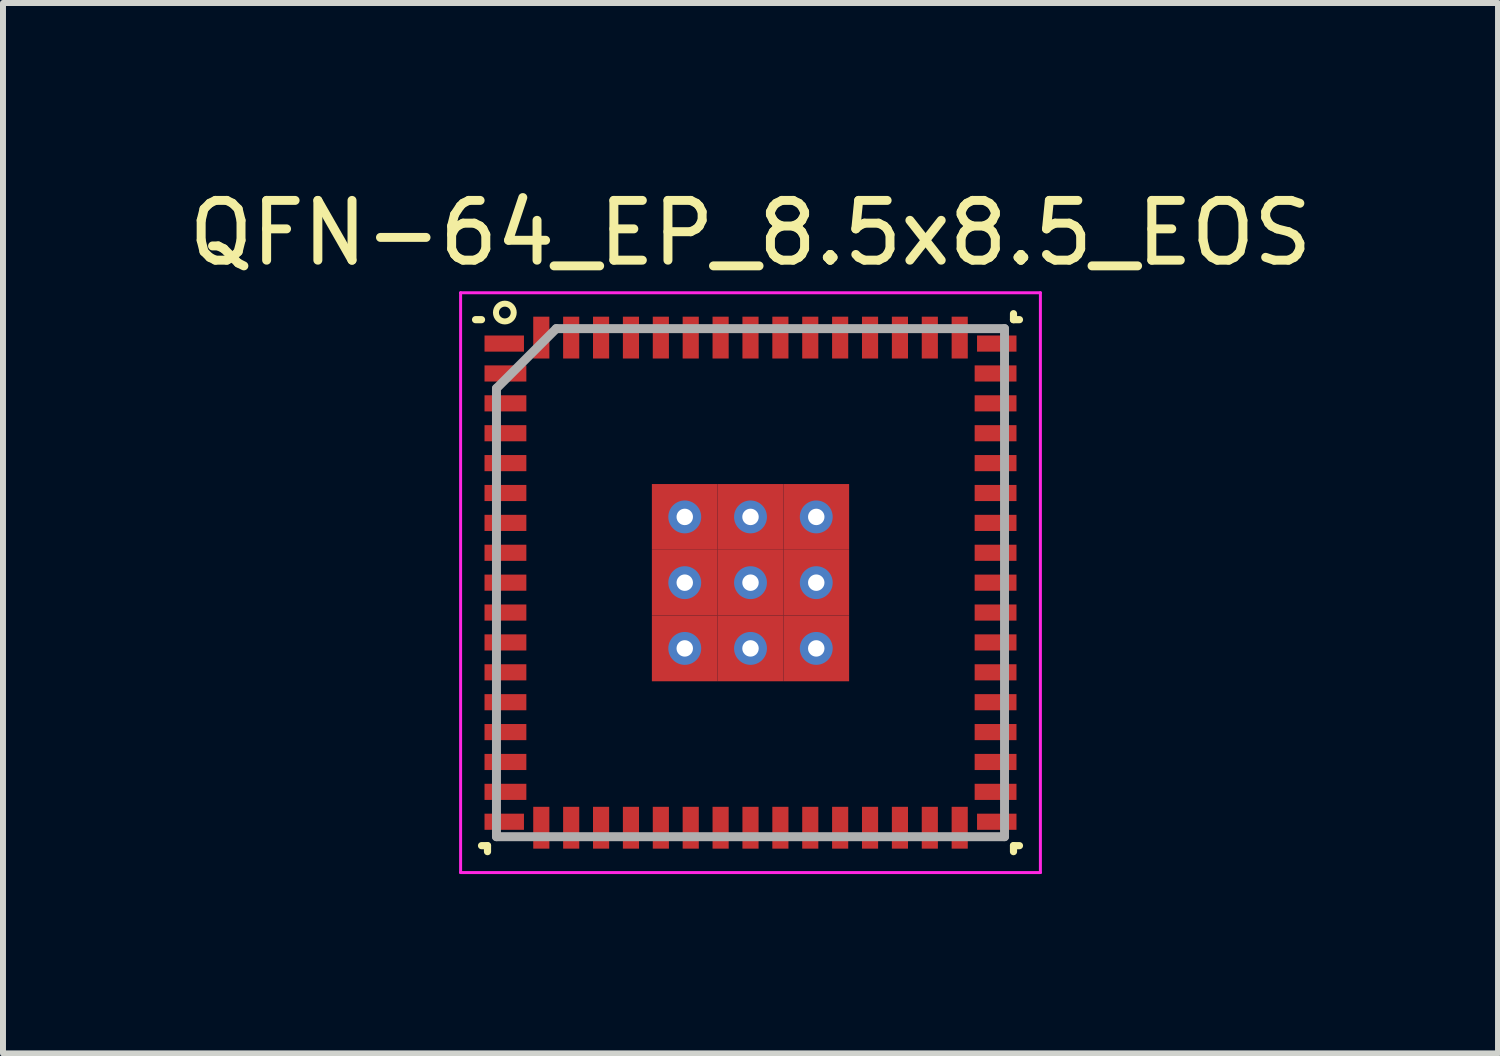
<source format=kicad_pcb>
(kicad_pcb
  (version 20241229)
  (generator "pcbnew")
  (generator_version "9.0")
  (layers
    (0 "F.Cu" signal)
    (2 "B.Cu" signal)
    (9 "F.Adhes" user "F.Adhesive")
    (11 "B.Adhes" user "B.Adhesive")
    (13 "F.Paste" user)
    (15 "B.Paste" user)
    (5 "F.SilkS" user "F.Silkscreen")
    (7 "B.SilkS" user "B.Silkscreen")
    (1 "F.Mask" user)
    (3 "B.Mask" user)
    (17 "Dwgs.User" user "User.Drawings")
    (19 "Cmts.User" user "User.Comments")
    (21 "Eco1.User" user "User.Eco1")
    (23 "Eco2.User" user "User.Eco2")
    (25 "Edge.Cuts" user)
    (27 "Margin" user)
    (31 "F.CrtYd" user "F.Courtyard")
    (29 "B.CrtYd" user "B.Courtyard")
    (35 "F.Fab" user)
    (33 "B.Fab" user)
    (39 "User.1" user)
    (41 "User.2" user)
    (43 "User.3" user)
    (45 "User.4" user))
  (footprint "QFN-64_EP_8.5x8.5_EOS"
    (layer "F.Cu")
    (at 9.506 6.698)
    (property "Reference" "QFN-64_EP_8.5x8.5_EOS" (at 0 -5.85 0) (layer "F.SilkS") (effects (font (size 1 1) (thickness 0.15))))
    (attr smd)
    (fp_line (start -4.5 -4.4) (end -4.6 -4.4) (stroke (width 0.12) (type solid)) (layer "F.SilkS"))
    (fp_line (start -4.5 4.4) (end -4.4 4.4) (stroke (width 0.12) (type solid)) (layer "F.SilkS"))
    (fp_line (start -4.4 4.4) (end -4.4 4.5) (stroke (width 0.12) (type solid)) (layer "F.SilkS"))
    (fp_line (start 4.4 -4.4) (end 4.4 -4.5) (stroke (width 0.12) (type solid)) (layer "F.SilkS"))
    (fp_line (start 4.4 4.4) (end 4.4 4.5) (stroke (width 0.12) (type solid)) (layer "F.SilkS"))
    (fp_line (start 4.5 -4.4) (end 4.4 -4.4) (stroke (width 0.12) (type solid)) (layer "F.SilkS"))
    (fp_line (start 4.5 4.4) (end 4.4 4.4) (stroke (width 0.12) (type solid)) (layer "F.SilkS"))
    (fp_circle (center -4.11 -4.519) (end -4.01 -4.409) (stroke (width 0.1) (type solid)) (fill no) (layer "F.SilkS"))
    (fp_line (start -4.85 -4.85) (end 4.85 -4.85) (stroke (width 0.05) (type solid)) (layer "F.CrtYd"))
    (fp_line (start -4.85 4.85) (end -4.85 -4.85) (stroke (width 0.05) (type solid)) (layer "F.CrtYd"))
    (fp_line (start 4.85 -4.85) (end 4.85 4.85) (stroke (width 0.05) (type solid)) (layer "F.CrtYd"))
    (fp_line (start 4.85 4.85) (end -4.85 4.85) (stroke (width 0.05) (type solid)) (layer "F.CrtYd"))
    (fp_line (start -4.25 -3.25) (end -4.25 4.25) (stroke (width 0.15) (type solid)) (layer "F.Fab"))
    (fp_line (start -4.25 4.25) (end 4.25 4.25) (stroke (width 0.15) (type solid)) (layer "F.Fab"))
    (fp_line (start -3.25 -4.25) (end -4.25 -3.25) (stroke (width 0.15) (type solid)) (layer "F.Fab"))
    (fp_line (start 4.25 -4.25) (end -3.25 -4.25) (stroke (width 0.15) (type solid)) (layer "F.Fab"))
    (fp_line (start 4.25 4.25) (end 4.25 -4.25) (stroke (width 0.15) (type solid)) (layer "F.Fab"))
    (pad "1" smd rect (at -4.12 -4 90) (size 0.27 0.66) (layers "F.Cu" "F.Mask" "F.Paste"))
    (pad "2" smd rect (at -4.1 -3.5 90) (size 0.27 0.7) (layers "F.Cu" "F.Mask" "F.Paste"))
    (pad "3" smd rect (at -4.1 -3 90) (size 0.27 0.7) (layers "F.Cu" "F.Mask" "F.Paste"))
    (pad "4" smd rect (at -4.1 -2.5 90) (size 0.27 0.7) (layers "F.Cu" "F.Mask" "F.Paste"))
    (pad "5" smd rect (at -4.1 -2 90) (size 0.27 0.7) (layers "F.Cu" "F.Mask" "F.Paste"))
    (pad "6" smd rect (at -4.1 -1.5 90) (size 0.27 0.7) (layers "F.Cu" "F.Mask" "F.Paste"))
    (pad "7" smd rect (at -4.1 -1 90) (size 0.27 0.7) (layers "F.Cu" "F.Mask" "F.Paste"))
    (pad "8" smd rect (at -4.1 -0.5 90) (size 0.27 0.7) (layers "F.Cu" "F.Mask" "F.Paste"))
    (pad "9" smd rect (at -4.1 0 90) (size 0.27 0.7) (layers "F.Cu" "F.Mask" "F.Paste"))
    (pad "10" smd rect (at -4.1 0.5 90) (size 0.27 0.7) (layers "F.Cu" "F.Mask" "F.Paste"))
    (pad "11" smd rect (at -4.1 1 90) (size 0.27 0.7) (layers "F.Cu" "F.Mask" "F.Paste"))
    (pad "12" smd rect (at -4.1 1.5 90) (size 0.27 0.7) (layers "F.Cu" "F.Mask" "F.Paste"))
    (pad "13" smd rect (at -4.1 2 90) (size 0.27 0.7) (layers "F.Cu" "F.Mask" "F.Paste"))
    (pad "14" smd rect (at -4.1 2.5 90) (size 0.27 0.7) (layers "F.Cu" "F.Mask" "F.Paste"))
    (pad "15" smd rect (at -4.1 3 90) (size 0.27 0.7) (layers "F.Cu" "F.Mask" "F.Paste"))
    (pad "16" smd rect (at -4.1 3.5 90) (size 0.27 0.7) (layers "F.Cu" "F.Mask" "F.Paste"))
    (pad "17" smd rect (at -4.12 4 90) (size 0.27 0.66) (layers "F.Cu" "F.Mask" "F.Paste"))
    (pad "18" smd rect (at -3.5 4.1) (size 0.27 0.7) (layers "F.Cu" "F.Mask" "F.Paste"))
    (pad "19" smd rect (at -3 4.1) (size 0.27 0.7) (layers "F.Cu" "F.Mask" "F.Paste"))
    (pad "20" smd rect (at -2.5 4.1) (size 0.27 0.7) (layers "F.Cu" "F.Mask" "F.Paste"))
    (pad "21" smd rect (at -2 4.1) (size 0.27 0.7) (layers "F.Cu" "F.Mask" "F.Paste"))
    (pad "22" smd rect (at -1.5 4.1) (size 0.27 0.7) (layers "F.Cu" "F.Mask" "F.Paste"))
    (pad "23" smd rect (at -1 4.1) (size 0.27 0.7) (layers "F.Cu" "F.Mask" "F.Paste"))
    (pad "24" smd rect (at -0.5 4.1) (size 0.27 0.7) (layers "F.Cu" "F.Mask" "F.Paste"))
    (pad "25" smd rect (at 0 4.1) (size 0.27 0.7) (layers "F.Cu" "F.Mask" "F.Paste"))
    (pad "26" smd rect (at 0.5 4.1) (size 0.27 0.7) (layers "F.Cu" "F.Mask" "F.Paste"))
    (pad "27" smd rect (at 1 4.1) (size 0.27 0.7) (layers "F.Cu" "F.Mask" "F.Paste"))
    (pad "28" smd rect (at 1.5 4.1) (size 0.27 0.7) (layers "F.Cu" "F.Mask" "F.Paste"))
    (pad "29" smd rect (at 2 4.1) (size 0.27 0.7) (layers "F.Cu" "F.Mask" "F.Paste"))
    (pad "30" smd rect (at 2.5 4.1) (size 0.27 0.7) (layers "F.Cu" "F.Mask" "F.Paste"))
    (pad "31" smd rect (at 3 4.1) (size 0.27 0.7) (layers "F.Cu" "F.Mask" "F.Paste"))
    (pad "32" smd rect (at 3.5 4.1) (size 0.27 0.7) (layers "F.Cu" "F.Mask" "F.Paste"))
    (pad "33" smd rect (at 4.12 4 90) (size 0.27 0.66) (layers "F.Cu" "F.Mask" "F.Paste"))
    (pad "34" smd rect (at 4.1 3.5 90) (size 0.27 0.7) (layers "F.Cu" "F.Mask" "F.Paste"))
    (pad "35" smd rect (at 4.1 3 90) (size 0.27 0.7) (layers "F.Cu" "F.Mask" "F.Paste"))
    (pad "36" smd rect (at 4.1 2.5 90) (size 0.27 0.7) (layers "F.Cu" "F.Mask" "F.Paste"))
    (pad "37" smd rect (at 4.1 2 90) (size 0.27 0.7) (layers "F.Cu" "F.Mask" "F.Paste"))
    (pad "38" smd rect (at 4.1 1.5 90) (size 0.27 0.7) (layers "F.Cu" "F.Mask" "F.Paste"))
    (pad "39" smd rect (at 4.1 1 90) (size 0.27 0.7) (layers "F.Cu" "F.Mask" "F.Paste"))
    (pad "40" smd rect (at 4.1 0.5 90) (size 0.27 0.7) (layers "F.Cu" "F.Mask" "F.Paste"))
    (pad "41" smd rect (at 4.1 0 90) (size 0.27 0.7) (layers "F.Cu" "F.Mask" "F.Paste"))
    (pad "42" smd rect (at 4.1 -0.5 90) (size 0.27 0.7) (layers "F.Cu" "F.Mask" "F.Paste"))
    (pad "43" smd rect (at 4.1 -1 90) (size 0.27 0.7) (layers "F.Cu" "F.Mask" "F.Paste"))
    (pad "44" smd rect (at 4.1 -1.5 90) (size 0.27 0.7) (layers "F.Cu" "F.Mask" "F.Paste"))
    (pad "45" smd rect (at 4.1 -2 90) (size 0.27 0.7) (layers "F.Cu" "F.Mask" "F.Paste"))
    (pad "46" smd rect (at 4.1 -2.5 90) (size 0.27 0.7) (layers "F.Cu" "F.Mask" "F.Paste"))
    (pad "47" smd rect (at 4.1 -3 90) (size 0.27 0.7) (layers "F.Cu" "F.Mask" "F.Paste"))
    (pad "48" smd rect (at 4.1 -3.5 90) (size 0.27 0.7) (layers "F.Cu" "F.Mask" "F.Paste"))
    (pad "49" smd rect (at 4.12 -4 90) (size 0.27 0.66) (layers "F.Cu" "F.Mask" "F.Paste"))
    (pad "50" smd rect (at 3.5 -4.1) (size 0.27 0.7) (layers "F.Cu" "F.Mask" "F.Paste"))
    (pad "51" smd rect (at 3 -4.1) (size 0.27 0.7) (layers "F.Cu" "F.Mask" "F.Paste"))
    (pad "52" smd rect (at 2.5 -4.1) (size 0.27 0.7) (layers "F.Cu" "F.Mask" "F.Paste"))
    (pad "53" smd rect (at 2 -4.1) (size 0.27 0.7) (layers "F.Cu" "F.Mask" "F.Paste"))
    (pad "54" smd rect (at 1.5 -4.1) (size 0.27 0.7) (layers "F.Cu" "F.Mask" "F.Paste"))
    (pad "55" smd rect (at 1 -4.1) (size 0.27 0.7) (layers "F.Cu" "F.Mask" "F.Paste"))
    (pad "56" smd rect (at 0.5 -4.1) (size 0.27 0.7) (layers "F.Cu" "F.Mask" "F.Paste"))
    (pad "57" smd rect (at 0 -4.1) (size 0.27 0.7) (layers "F.Cu" "F.Mask" "F.Paste"))
    (pad "58" smd rect (at -0.5 -4.1) (size 0.27 0.7) (layers "F.Cu" "F.Mask" "F.Paste"))
    (pad "59" smd rect (at -1 -4.1) (size 0.27 0.7) (layers "F.Cu" "F.Mask" "F.Paste"))
    (pad "60" smd rect (at -1.5 -4.1) (size 0.27 0.7) (layers "F.Cu" "F.Mask" "F.Paste"))
    (pad "61" smd rect (at -2 -4.1) (size 0.27 0.7) (layers "F.Cu" "F.Mask" "F.Paste"))
    (pad "62" smd rect (at -2.5 -4.1) (size 0.27 0.7) (layers "F.Cu" "F.Mask" "F.Paste"))
    (pad "63" smd rect (at -3 -4.1) (size 0.27 0.7) (layers "F.Cu" "F.Mask" "F.Paste"))
    (pad "64" smd rect (at -3.5 -4.1) (size 0.27 0.7) (layers "F.Cu" "F.Mask" "F.Paste"))
    (pad "65" thru_hole circle (at -1.1 -1.1) (size 0.55 0.55) (drill 0.275) (layers "*.Cu" "*.Mask"))
    (pad "65" smd rect (at -1.1 -1.1) (size 1.1 1.1) (layers "F.Cu" "F.Mask" "F.Paste"))
    (pad "65" thru_hole circle (at -1.1 0) (size 0.55 0.55) (drill 0.275) (layers "*.Cu" "*.Mask"))
    (pad "65" smd rect (at -1.1 0) (size 1.1 1.1) (layers "F.Cu" "F.Mask" "F.Paste"))
    (pad "65" thru_hole circle (at -1.1 1.1) (size 0.55 0.55) (drill 0.275) (layers "*.Cu" "*.Mask"))
    (pad "65" smd rect (at -1.1 1.1) (size 1.1 1.1) (layers "F.Cu" "F.Mask" "F.Paste"))
    (pad "65" thru_hole circle (at 0 -1.1) (size 0.55 0.55) (drill 0.275) (layers "*.Cu" "*.Mask"))
    (pad "65" smd rect (at 0 -1.1) (size 1.1 1.1) (layers "F.Cu" "F.Mask" "F.Paste"))
    (pad "65" thru_hole circle (at 0 0) (size 0.55 0.55) (drill 0.275) (layers "*.Cu" "*.Mask"))
    (pad "65" smd rect (at 0 0) (size 1.1 1.1) (layers "F.Cu" "F.Mask" "F.Paste"))
    (pad "65" thru_hole circle (at 0 1.1) (size 0.55 0.55) (drill 0.275) (layers "*.Cu" "*.Mask"))
    (pad "65" smd rect (at 0 1.1) (size 1.1 1.1) (layers "F.Cu" "F.Mask" "F.Paste"))
    (pad "65" thru_hole circle (at 1.1 -1.1) (size 0.55 0.55) (drill 0.275) (layers "*.Cu" "*.Mask"))
    (pad "65" smd rect (at 1.1 -1.1) (size 1.1 1.1) (layers "F.Cu" "F.Mask" "F.Paste"))
    (pad "65" thru_hole circle (at 1.1 0) (size 0.55 0.55) (drill 0.275) (layers "*.Cu" "*.Mask"))
    (pad "65" smd rect (at 1.1 0) (size 1.1 1.1) (layers "F.Cu" "F.Mask" "F.Paste"))
    (pad "65" thru_hole circle (at 1.1 1.1) (size 0.55 0.55) (drill 0.275) (layers "*.Cu" "*.Mask"))
    (pad "65" smd rect (at 1.1 1.1) (size 1.1 1.1) (layers "F.Cu" "F.Mask" "F.Paste")))
  (gr_rect
    (start -3 -3)
    (end 22.012 14.573)
    (stroke (width 0.1) (type default))
    (fill no)
    (layer "Edge.Cuts")))
</source>
